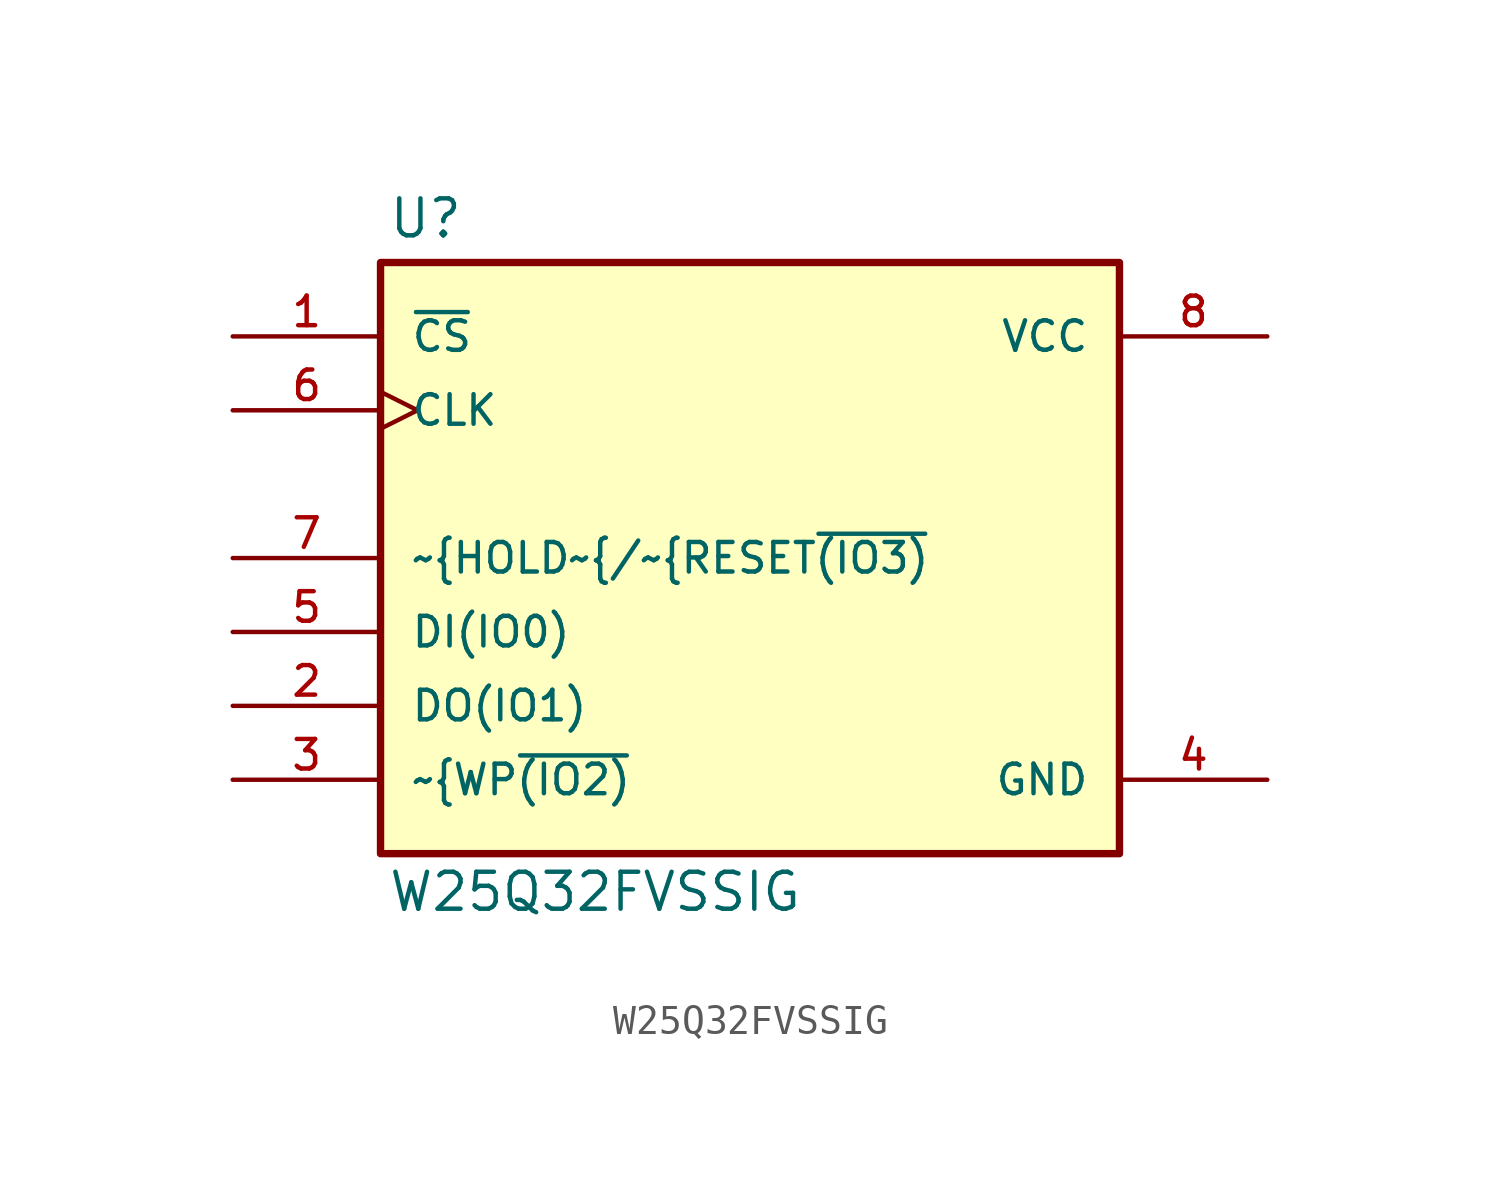
<source format=kicad_sym>
(kicad_symbol_lib
  (version 20211014)
  (generator kicad_symbol_editor)
  (symbol "W25Q32FVSSIG"
    (pin_names
      (offset 1.016))
    (property "Reference" "U"
      (at -12.457 10.932 0)
      (effects (font (size 1.27 1.27)) (justify bottom left)))
    (property "Value" "W25Q32FVSSIG"
      (at -12.471 -12.216 0)
      (effects (font (size 1.27 1.27)) (justify bottom left)))
    (symbol "W25Q32FVSSIG_0_0"
      (rectangle (start -12.7 -10.16) (end 12.7 10.16) (stroke (width 0.254)) (fill (type background)))
      (pin input line (at -17.78 7.62 0) (length 5.08) (name "~{CS}" (effects (font (size 1.016 1.016)))) (number "1" (effects (font (size 1.016 1.016)))))
      (pin bidirectional line (at -17.78 -5.08 0) (length 5.08) (name "DO(IO1)" (effects (font (size 1.016 1.016)))) (number "2" (effects (font (size 1.016 1.016)))))
      (pin bidirectional line (at -17.78 -7.62 0) (length 5.08) (name "~{WP~{(IO2)}" (effects (font (size 1.016 1.016)))) (number "3" (effects (font (size 1.016 1.016)))))
      (pin power_in line (at 17.78 -7.62 180.0) (length 5.08) (name "GND" (effects (font (size 1.016 1.016)))) (number "4" (effects (font (size 1.016 1.016)))))
      (pin bidirectional line (at -17.78 -2.54 0) (length 5.08) (name "DI(IO0)" (effects (font (size 1.016 1.016)))) (number "5" (effects (font (size 1.016 1.016)))))
      (pin input clock (at -17.78 5.08 0) (length 5.08) (name "CLK" (effects (font (size 1.016 1.016)))) (number "6" (effects (font (size 1.016 1.016)))))
      (pin bidirectional line (at -17.78 0.0 0) (length 5.08) (name "~{HOLD~{/~{RESET~{(IO3)}" (effects (font (size 1.016 1.016)))) (number "7" (effects (font (size 1.016 1.016)))))
      (pin power_in line (at 17.78 7.62 180.0) (length 5.08) (name "VCC" (effects (font (size 1.016 1.016)))) (number "8" (effects (font (size 1.016 1.016))))))))
</source>
